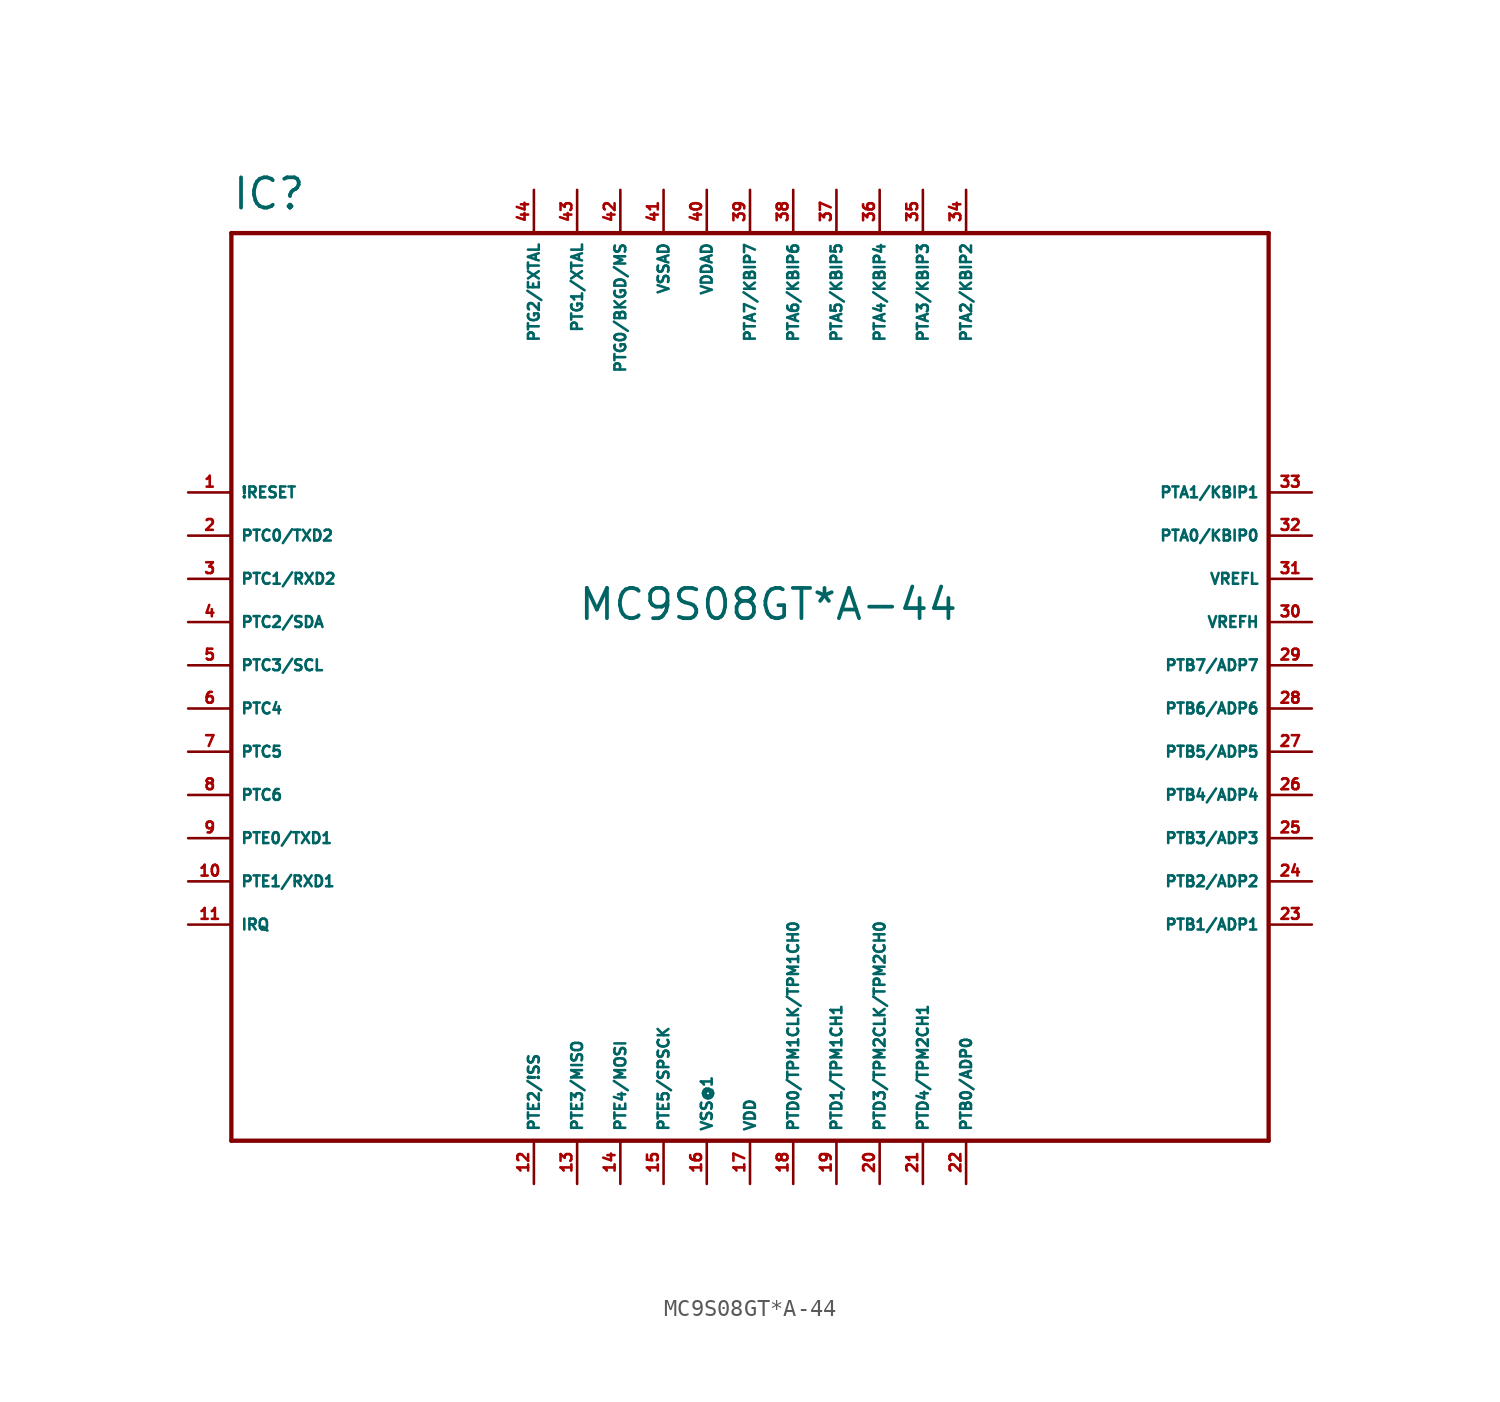
<source format=kicad_sym>
(kicad_symbol_lib
  (version 20220914)
  (generator Eagle2Kicad)
  (symbol "MC9S08GT*A-44"
    (property "Reference" "IC"
      (at -30.48 26.67 0)
      (effects (font (size 1.778 1.778) (thickness 0.22)) (justify left bottom)))
    (property "Value" "MC9S08GT*A-44"
      (at -10.16 2.54 0)
      (effects (font (size 1.778 1.778) (thickness 0.22)) (justify left bottom)))
    (polyline
      (pts (xy -30.48 25.4) (xy 30.48 25.4))
      (stroke (width 0.254) (type default))
      (fill (type none)))
    (polyline
      (pts (xy 30.48 25.4) (xy 30.48 -27.94))
      (stroke (width 0.254) (type default))
      (fill (type none)))
    (polyline
      (pts (xy 30.48 -27.94) (xy -30.48 -27.94))
      (stroke (width 0.254) (type default))
      (fill (type none)))
    (polyline
      (pts (xy -30.48 -27.94) (xy -30.48 25.4))
      (stroke (width 0.254) (type default))
      (fill (type none)))
    (pin input line
      (at -33.02 10.16 0)
      (length 2.54)
      (name "!RESET" (effects (font (size 0.635 0.635) (thickness 0.08)) (justify left bottom)))
      (number "1" (effects (font (size 0.635 0.635) (thickness 0.08)) (justify left bottom))))
    (pin bidirectional line
      (at -33.02 7.62 0)
      (length 2.54)
      (name "PTC0/TXD2" (effects (font (size 0.635 0.635) (thickness 0.08)) (justify left bottom)))
      (number "2" (effects (font (size 0.635 0.635) (thickness 0.08)) (justify left bottom))))
    (pin bidirectional line
      (at -33.02 5.08 0)
      (length 2.54)
      (name "PTC1/RXD2" (effects (font (size 0.635 0.635) (thickness 0.08)) (justify left bottom)))
      (number "3" (effects (font (size 0.635 0.635) (thickness 0.08)) (justify left bottom))))
    (pin bidirectional line
      (at -33.02 2.54 0)
      (length 2.54)
      (name "PTC2/SDA" (effects (font (size 0.635 0.635) (thickness 0.08)) (justify left bottom)))
      (number "4" (effects (font (size 0.635 0.635) (thickness 0.08)) (justify left bottom))))
    (pin bidirectional line
      (at -33.02 0 0)
      (length 2.54)
      (name "PTC3/SCL" (effects (font (size 0.635 0.635) (thickness 0.08)) (justify left bottom)))
      (number "5" (effects (font (size 0.635 0.635) (thickness 0.08)) (justify left bottom))))
    (pin bidirectional line
      (at -33.02 -2.54 0)
      (length 2.54)
      (name "PTC4" (effects (font (size 0.635 0.635) (thickness 0.08)) (justify left bottom)))
      (number "6" (effects (font (size 0.635 0.635) (thickness 0.08)) (justify left bottom))))
    (pin bidirectional line
      (at -33.02 -5.08 0)
      (length 2.54)
      (name "PTC5" (effects (font (size 0.635 0.635) (thickness 0.08)) (justify left bottom)))
      (number "7" (effects (font (size 0.635 0.635) (thickness 0.08)) (justify left bottom))))
    (pin bidirectional line
      (at -33.02 -7.62 0)
      (length 2.54)
      (name "PTC6" (effects (font (size 0.635 0.635) (thickness 0.08)) (justify left bottom)))
      (number "8" (effects (font (size 0.635 0.635) (thickness 0.08)) (justify left bottom))))
    (pin bidirectional line
      (at -33.02 -10.16 0)
      (length 2.54)
      (name "PTE0/TXD1" (effects (font (size 0.635 0.635) (thickness 0.08)) (justify left bottom)))
      (number "9" (effects (font (size 0.635 0.635) (thickness 0.08)) (justify left bottom))))
    (pin bidirectional line
      (at -33.02 -12.7 0)
      (length 2.54)
      (name "PTE1/RXD1" (effects (font (size 0.635 0.635) (thickness 0.08)) (justify left bottom)))
      (number "10" (effects (font (size 0.635 0.635) (thickness 0.08)) (justify left bottom))))
    (pin bidirectional line
      (at -33.02 -15.24 0)
      (length 2.54)
      (name "IRQ" (effects (font (size 0.635 0.635) (thickness 0.08)) (justify left bottom)))
      (number "11" (effects (font (size 0.635 0.635) (thickness 0.08)) (justify left bottom))))
    (pin bidirectional line
      (at -12.7 -30.48 90)
      (length 2.54)
      (name "PTE2/!SS" (effects (font (size 0.635 0.635) (thickness 0.08)) (justify left bottom)))
      (number "12" (effects (font (size 0.635 0.635) (thickness 0.08)) (justify left bottom))))
    (pin bidirectional line
      (at -10.16 -30.48 90)
      (length 2.54)
      (name "PTE3/MISO" (effects (font (size 0.635 0.635) (thickness 0.08)) (justify left bottom)))
      (number "13" (effects (font (size 0.635 0.635) (thickness 0.08)) (justify left bottom))))
    (pin bidirectional line
      (at -7.62 -30.48 90)
      (length 2.54)
      (name "PTE4/MOSI" (effects (font (size 0.635 0.635) (thickness 0.08)) (justify left bottom)))
      (number "14" (effects (font (size 0.635 0.635) (thickness 0.08)) (justify left bottom))))
    (pin bidirectional line
      (at -5.08 -30.48 90)
      (length 2.54)
      (name "PTE5/SPSCK" (effects (font (size 0.635 0.635) (thickness 0.08)) (justify left bottom)))
      (number "15" (effects (font (size 0.635 0.635) (thickness 0.08)) (justify left bottom))))
    (pin unspecified line
      (at -2.54 -30.48 90)
      (length 2.54)
      (name "VSS@1" (effects (font (size 0.635 0.635) (thickness 0.08)) (justify left bottom)))
      (number "16" (effects (font (size 0.635 0.635) (thickness 0.08)) (justify left bottom))))
    (pin unspecified line
      (at 0 -30.48 90)
      (length 2.54)
      (name "VDD" (effects (font (size 0.635 0.635) (thickness 0.08)) (justify left bottom)))
      (number "17" (effects (font (size 0.635 0.635) (thickness 0.08)) (justify left bottom))))
    (pin bidirectional line
      (at 2.54 -30.48 90)
      (length 2.54)
      (name "PTD0/TPM1CLK/TPM1CH0" (effects (font (size 0.635 0.635) (thickness 0.08)) (justify left bottom)))
      (number "18" (effects (font (size 0.635 0.635) (thickness 0.08)) (justify left bottom))))
    (pin bidirectional line
      (at 5.08 -30.48 90)
      (length 2.54)
      (name "PTD1/TPM1CH1" (effects (font (size 0.635 0.635) (thickness 0.08)) (justify left bottom)))
      (number "19" (effects (font (size 0.635 0.635) (thickness 0.08)) (justify left bottom))))
    (pin bidirectional line
      (at 7.62 -30.48 90)
      (length 2.54)
      (name "PTD3/TPM2CLK/TPM2CH0" (effects (font (size 0.635 0.635) (thickness 0.08)) (justify left bottom)))
      (number "20" (effects (font (size 0.635 0.635) (thickness 0.08)) (justify left bottom))))
    (pin bidirectional line
      (at 10.16 -30.48 90)
      (length 2.54)
      (name "PTD4/TPM2CH1" (effects (font (size 0.635 0.635) (thickness 0.08)) (justify left bottom)))
      (number "21" (effects (font (size 0.635 0.635) (thickness 0.08)) (justify left bottom))))
    (pin bidirectional line
      (at 12.7 -30.48 90)
      (length 2.54)
      (name "PTB0/ADP0" (effects (font (size 0.635 0.635) (thickness 0.08)) (justify left bottom)))
      (number "22" (effects (font (size 0.635 0.635) (thickness 0.08)) (justify left bottom))))
    (pin bidirectional line
      (at 33.02 -15.24 180)
      (length 2.54)
      (name "PTB1/ADP1" (effects (font (size 0.635 0.635) (thickness 0.08)) (justify left bottom)))
      (number "23" (effects (font (size 0.635 0.635) (thickness 0.08)) (justify left bottom))))
    (pin bidirectional line
      (at 33.02 -12.7 180)
      (length 2.54)
      (name "PTB2/ADP2" (effects (font (size 0.635 0.635) (thickness 0.08)) (justify left bottom)))
      (number "24" (effects (font (size 0.635 0.635) (thickness 0.08)) (justify left bottom))))
    (pin bidirectional line
      (at 33.02 -10.16 180)
      (length 2.54)
      (name "PTB3/ADP3" (effects (font (size 0.635 0.635) (thickness 0.08)) (justify left bottom)))
      (number "25" (effects (font (size 0.635 0.635) (thickness 0.08)) (justify left bottom))))
    (pin bidirectional line
      (at 33.02 -7.62 180)
      (length 2.54)
      (name "PTB4/ADP4" (effects (font (size 0.635 0.635) (thickness 0.08)) (justify left bottom)))
      (number "26" (effects (font (size 0.635 0.635) (thickness 0.08)) (justify left bottom))))
    (pin bidirectional line
      (at 33.02 -5.08 180)
      (length 2.54)
      (name "PTB5/ADP5" (effects (font (size 0.635 0.635) (thickness 0.08)) (justify left bottom)))
      (number "27" (effects (font (size 0.635 0.635) (thickness 0.08)) (justify left bottom))))
    (pin bidirectional line
      (at 33.02 -2.54 180)
      (length 2.54)
      (name "PTB6/ADP6" (effects (font (size 0.635 0.635) (thickness 0.08)) (justify left bottom)))
      (number "28" (effects (font (size 0.635 0.635) (thickness 0.08)) (justify left bottom))))
    (pin bidirectional line
      (at 33.02 0 180)
      (length 2.54)
      (name "PTB7/ADP7" (effects (font (size 0.635 0.635) (thickness 0.08)) (justify left bottom)))
      (number "29" (effects (font (size 0.635 0.635) (thickness 0.08)) (justify left bottom))))
    (pin bidirectional line
      (at 33.02 2.54 180)
      (length 2.54)
      (name "VREFH" (effects (font (size 0.635 0.635) (thickness 0.08)) (justify left bottom)))
      (number "30" (effects (font (size 0.635 0.635) (thickness 0.08)) (justify left bottom))))
    (pin bidirectional line
      (at 33.02 5.08 180)
      (length 2.54)
      (name "VREFL" (effects (font (size 0.635 0.635) (thickness 0.08)) (justify left bottom)))
      (number "31" (effects (font (size 0.635 0.635) (thickness 0.08)) (justify left bottom))))
    (pin bidirectional line
      (at 33.02 7.62 180)
      (length 2.54)
      (name "PTA0/KBIP0" (effects (font (size 0.635 0.635) (thickness 0.08)) (justify left bottom)))
      (number "32" (effects (font (size 0.635 0.635) (thickness 0.08)) (justify left bottom))))
    (pin bidirectional line
      (at 33.02 10.16 180)
      (length 2.54)
      (name "PTA1/KBIP1" (effects (font (size 0.635 0.635) (thickness 0.08)) (justify left bottom)))
      (number "33" (effects (font (size 0.635 0.635) (thickness 0.08)) (justify left bottom))))
    (pin bidirectional line
      (at 12.7 27.94 270)
      (length 2.54)
      (name "PTA2/KBIP2" (effects (font (size 0.635 0.635) (thickness 0.08)) (justify left bottom)))
      (number "34" (effects (font (size 0.635 0.635) (thickness 0.08)) (justify left bottom))))
    (pin bidirectional line
      (at 10.16 27.94 270)
      (length 2.54)
      (name "PTA3/KBIP3" (effects (font (size 0.635 0.635) (thickness 0.08)) (justify left bottom)))
      (number "35" (effects (font (size 0.635 0.635) (thickness 0.08)) (justify left bottom))))
    (pin bidirectional line
      (at 7.62 27.94 270)
      (length 2.54)
      (name "PTA4/KBIP4" (effects (font (size 0.635 0.635) (thickness 0.08)) (justify left bottom)))
      (number "36" (effects (font (size 0.635 0.635) (thickness 0.08)) (justify left bottom))))
    (pin bidirectional line
      (at 5.08 27.94 270)
      (length 2.54)
      (name "PTA5/KBIP5" (effects (font (size 0.635 0.635) (thickness 0.08)) (justify left bottom)))
      (number "37" (effects (font (size 0.635 0.635) (thickness 0.08)) (justify left bottom))))
    (pin bidirectional line
      (at 2.54 27.94 270)
      (length 2.54)
      (name "PTA6/KBIP6" (effects (font (size 0.635 0.635) (thickness 0.08)) (justify left bottom)))
      (number "38" (effects (font (size 0.635 0.635) (thickness 0.08)) (justify left bottom))))
    (pin bidirectional line
      (at 0 27.94 270)
      (length 2.54)
      (name "PTA7/KBIP7" (effects (font (size 0.635 0.635) (thickness 0.08)) (justify left bottom)))
      (number "39" (effects (font (size 0.635 0.635) (thickness 0.08)) (justify left bottom))))
    (pin unspecified line
      (at -2.54 27.94 270)
      (length 2.54)
      (name "VDDAD" (effects (font (size 0.635 0.635) (thickness 0.08)) (justify left bottom)))
      (number "40" (effects (font (size 0.635 0.635) (thickness 0.08)) (justify left bottom))))
    (pin unspecified line
      (at -5.08 27.94 270)
      (length 2.54)
      (name "VSSAD" (effects (font (size 0.635 0.635) (thickness 0.08)) (justify left bottom)))
      (number "41" (effects (font (size 0.635 0.635) (thickness 0.08)) (justify left bottom))))
    (pin bidirectional line
      (at -7.62 27.94 270)
      (length 2.54)
      (name "PTG0/BKGD/MS" (effects (font (size 0.635 0.635) (thickness 0.08)) (justify left bottom)))
      (number "42" (effects (font (size 0.635 0.635) (thickness 0.08)) (justify left bottom))))
    (pin bidirectional line
      (at -10.16 27.94 270)
      (length 2.54)
      (name "PTG1/XTAL" (effects (font (size 0.635 0.635) (thickness 0.08)) (justify left bottom)))
      (number "43" (effects (font (size 0.635 0.635) (thickness 0.08)) (justify left bottom))))
    (pin bidirectional line
      (at -12.7 27.94 270)
      (length 2.54)
      (name "PTG2/EXTAL" (effects (font (size 0.635 0.635) (thickness 0.08)) (justify left bottom)))
      (number "44" (effects (font (size 0.635 0.635) (thickness 0.08)) (justify left bottom))))))
</source>
